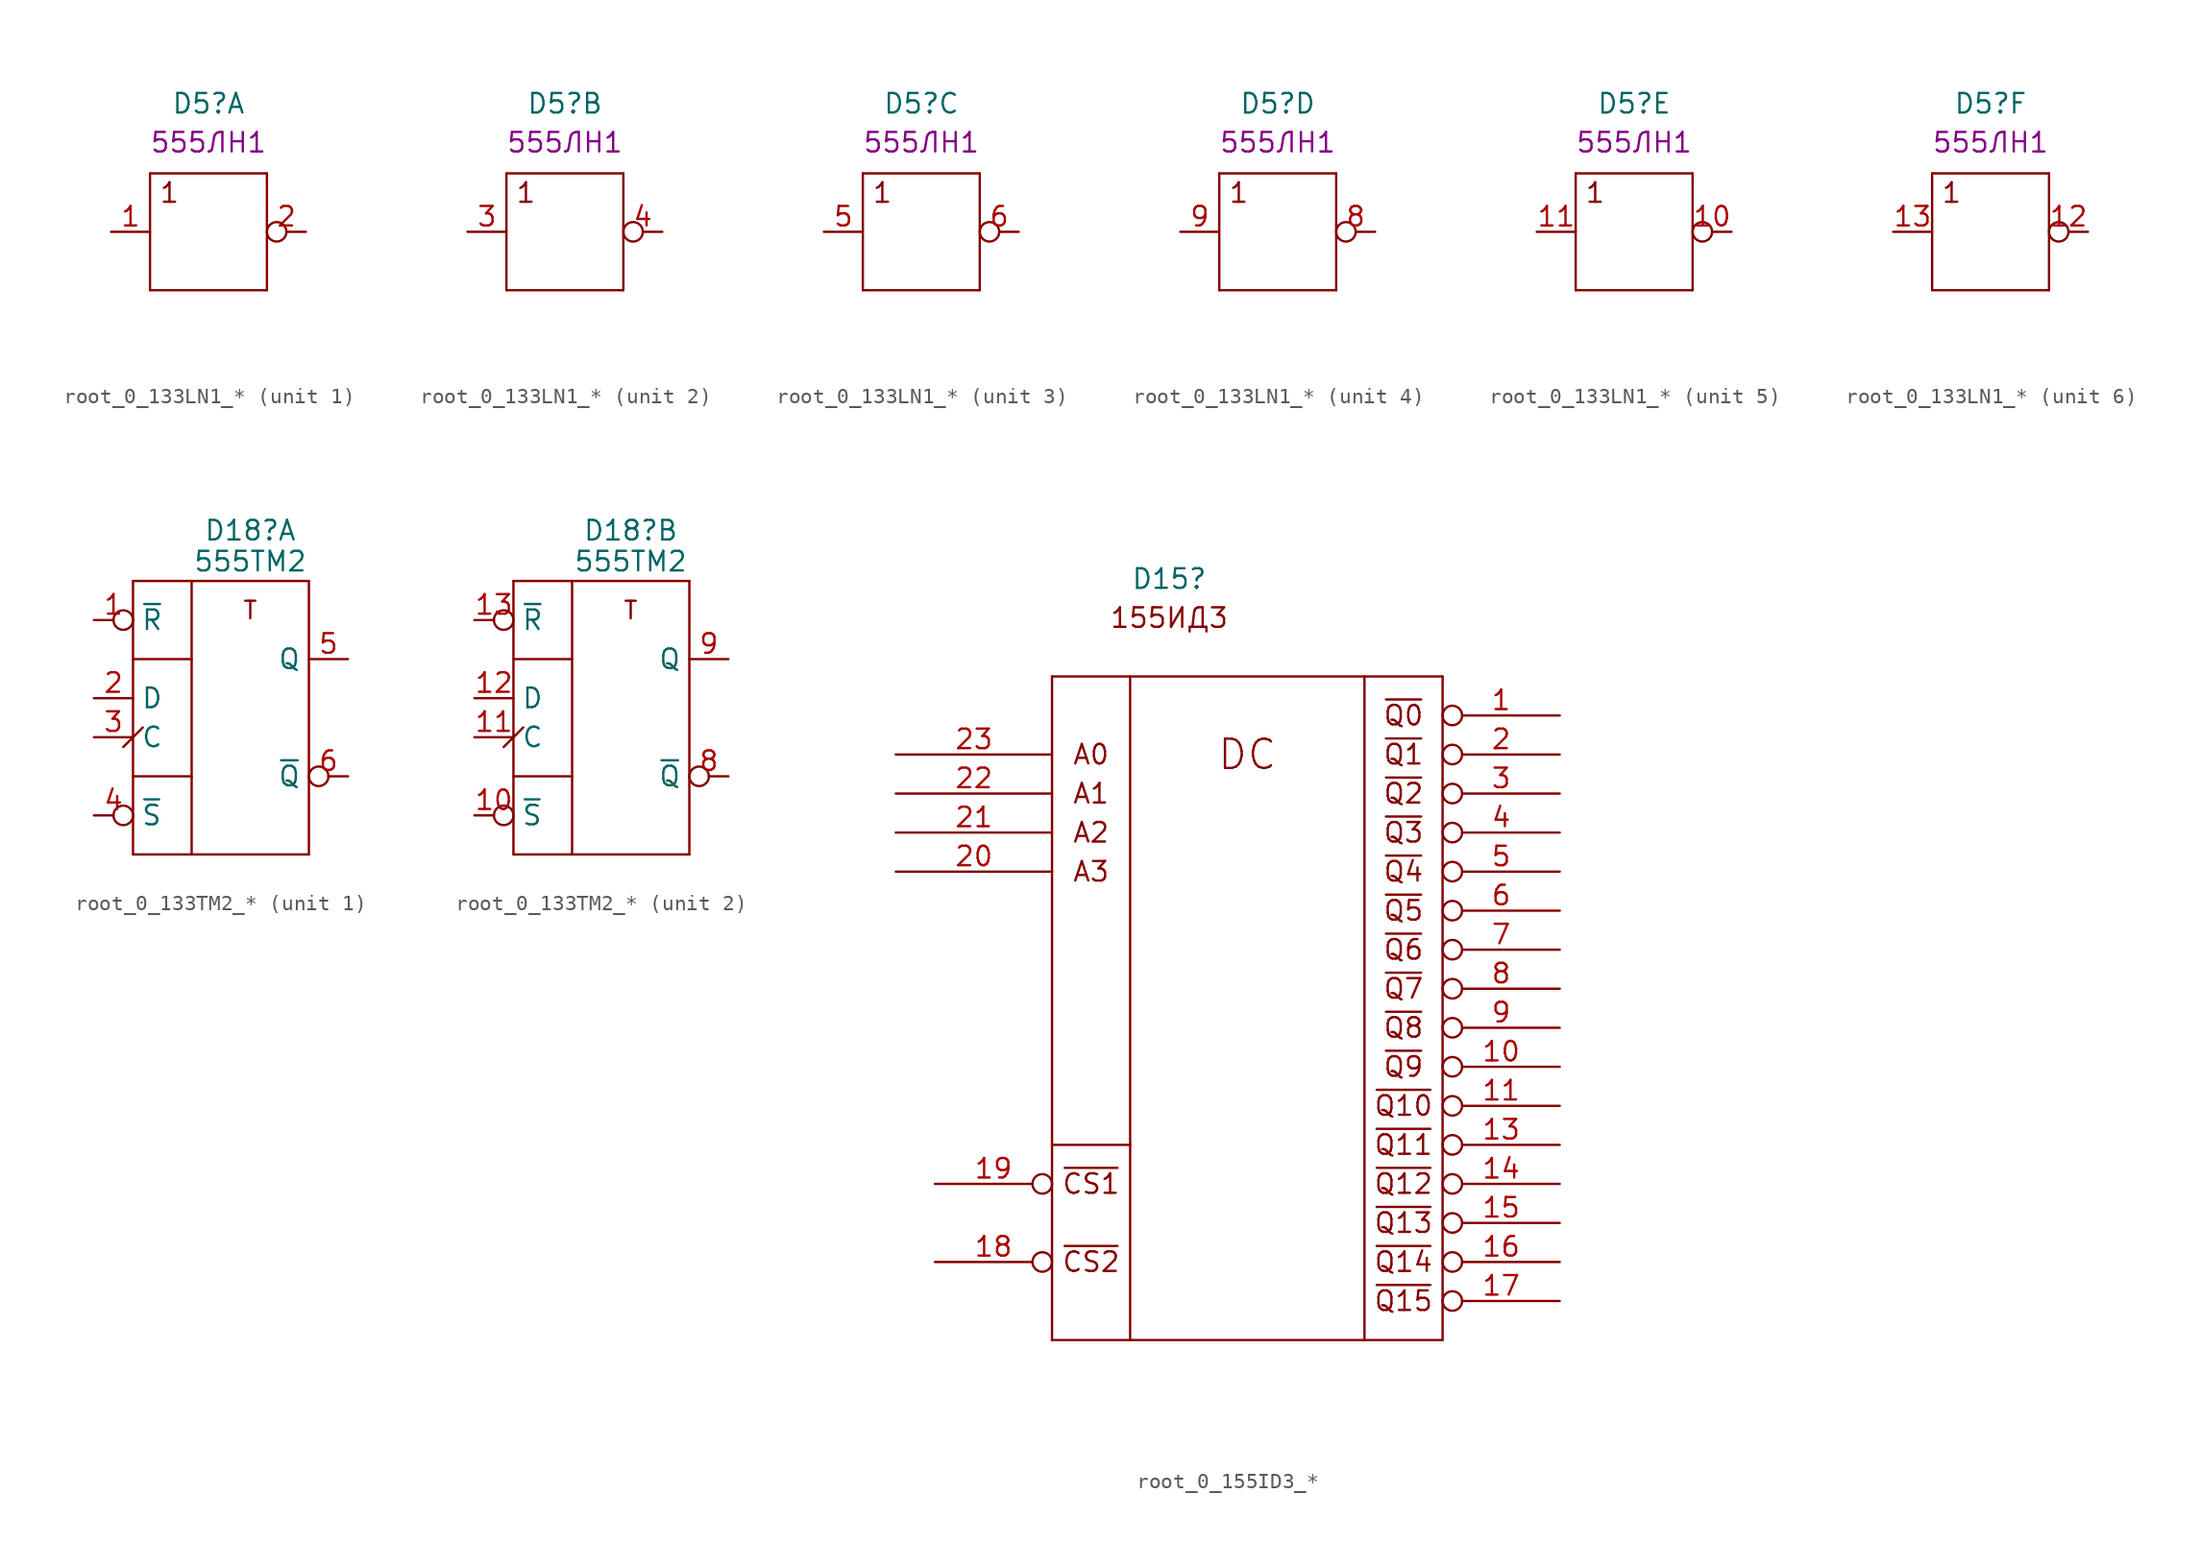
<source format=kicad_sym>
(kicad_symbol_lib
  (version 20241209)
  (generator "kicad_symbol_editor")
  (generator_version "9.0")
  (symbol "root_0_133LN1_*"
    (property "Reference" "D5"
      (at 6.35 7.62 0)
      (effects (font (size 1.27 1.27)) (justify bottom)))
    (property "ALTIUM_VALUE" "555ЛН1"
      (at 6.35 5.08 0)
      (effects (font (size 1.27 1.27)) (justify bottom)))
    (symbol "root_0_133LN1_*_0_0"
      (pin power_in line (at 10.16 -7.62 90) (length 7.62) (hide yes) (name "GND" (effects (font (size 1.27 1.27)))) (number "7" (effects (font (size 1.27 1.27)))))
      (pin power_in line (at 12.7 -7.62 90) (length 7.62) (hide yes) (name "VCC" (effects (font (size 1.27 1.27)))) (number "14" (effects (font (size 1.27 1.27))))))
    (symbol "root_0_133LN1_*_1_0"
      (polyline (pts (xy 2.54 3.81) (xy 10.16 3.81)) (stroke (width 0) (type solid)) (fill (type none)))
      (polyline (pts (xy 2.54 -3.81) (xy 2.54 3.81)) (stroke (width 0) (type solid)) (fill (type none)))
      (polyline (pts (xy 10.16 3.81) (xy 10.16 -3.81)) (stroke (width 0) (type solid)) (fill (type none)))
      (polyline (pts (xy 10.16 -3.81) (xy 2.54 -3.81)) (stroke (width 0) (type solid)) (fill (type none)))
      (text "1" (at 3.81 2.54 0) (effects (font (size 1.27 1.27))))
      (pin input line (at 0 0 0) (length 2.54) (name "A" (effects (font (size 0 0)))) (number "1" (effects (font (size 1.27 1.27)))))
      (pin output inverted (at 12.7 0 180) (length 2.54) (name "Y" (effects (font (size 0 0)))) (number "2" (effects (font (size 1.27 1.27))))))
    (symbol "root_0_133LN1_*_2_0"
      (polyline (pts (xy 2.54 3.81) (xy 10.16 3.81)) (stroke (width 0) (type solid)) (fill (type none)))
      (polyline (pts (xy 2.54 -3.81) (xy 2.54 3.81)) (stroke (width 0) (type solid)) (fill (type none)))
      (polyline (pts (xy 10.16 3.81) (xy 10.16 -3.81)) (stroke (width 0) (type solid)) (fill (type none)))
      (polyline (pts (xy 10.16 -3.81) (xy 2.54 -3.81)) (stroke (width 0) (type solid)) (fill (type none)))
      (text "1" (at 3.81 2.54 0) (effects (font (size 1.27 1.27))))
      (pin input line (at 0 0 0) (length 2.54) (name "A" (effects (font (size 0 0)))) (number "3" (effects (font (size 1.27 1.27)))))
      (pin output inverted (at 12.7 0 180) (length 2.54) (name "Y" (effects (font (size 0 0)))) (number "4" (effects (font (size 1.27 1.27))))))
    (symbol "root_0_133LN1_*_3_0"
      (polyline (pts (xy 2.54 3.81) (xy 10.16 3.81)) (stroke (width 0) (type solid)) (fill (type none)))
      (polyline (pts (xy 2.54 -3.81) (xy 2.54 3.81)) (stroke (width 0) (type solid)) (fill (type none)))
      (polyline (pts (xy 10.16 3.81) (xy 10.16 -3.81)) (stroke (width 0) (type solid)) (fill (type none)))
      (polyline (pts (xy 10.16 -3.81) (xy 2.54 -3.81)) (stroke (width 0) (type solid)) (fill (type none)))
      (text "1" (at 3.81 2.54 0) (effects (font (size 1.27 1.27))))
      (pin input line (at 0 0 0) (length 2.54) (name "A" (effects (font (size 0 0)))) (number "5" (effects (font (size 1.27 1.27)))))
      (pin output inverted (at 12.7 0 180) (length 2.54) (name "Y" (effects (font (size 0 0)))) (number "6" (effects (font (size 1.27 1.27))))))
    (symbol "root_0_133LN1_*_4_0"
      (polyline (pts (xy 2.54 3.81) (xy 10.16 3.81)) (stroke (width 0) (type solid)) (fill (type none)))
      (polyline (pts (xy 2.54 -3.81) (xy 2.54 3.81)) (stroke (width 0) (type solid)) (fill (type none)))
      (polyline (pts (xy 10.16 3.81) (xy 10.16 -3.81)) (stroke (width 0) (type solid)) (fill (type none)))
      (polyline (pts (xy 10.16 -3.81) (xy 2.54 -3.81)) (stroke (width 0) (type solid)) (fill (type none)))
      (text "1" (at 3.81 2.54 0) (effects (font (size 1.27 1.27))))
      (pin input line (at 0 0 0) (length 2.54) (name "A" (effects (font (size 0 0)))) (number "9" (effects (font (size 1.27 1.27)))))
      (pin output inverted (at 12.7 0 180) (length 2.54) (name "Y" (effects (font (size 0 0)))) (number "8" (effects (font (size 1.27 1.27))))))
    (symbol "root_0_133LN1_*_5_0"
      (polyline (pts (xy 2.54 3.81) (xy 10.16 3.81)) (stroke (width 0) (type solid)) (fill (type none)))
      (polyline (pts (xy 2.54 -3.81) (xy 2.54 3.81)) (stroke (width 0) (type solid)) (fill (type none)))
      (polyline (pts (xy 10.16 3.81) (xy 10.16 -3.81)) (stroke (width 0) (type solid)) (fill (type none)))
      (polyline (pts (xy 10.16 -3.81) (xy 2.54 -3.81)) (stroke (width 0) (type solid)) (fill (type none)))
      (text "1" (at 3.81 2.54 0) (effects (font (size 1.27 1.27))))
      (pin input line (at 0 0 0) (length 2.54) (name "A" (effects (font (size 0 0)))) (number "11" (effects (font (size 1.27 1.27)))))
      (pin output inverted (at 12.7 0 180) (length 2.54) (name "Y" (effects (font (size 0 0)))) (number "10" (effects (font (size 1.27 1.27))))))
    (symbol "root_0_133LN1_*_6_0"
      (polyline (pts (xy 2.54 3.81) (xy 10.16 3.81)) (stroke (width 0) (type solid)) (fill (type none)))
      (polyline (pts (xy 2.54 -3.81) (xy 2.54 3.81)) (stroke (width 0) (type solid)) (fill (type none)))
      (polyline (pts (xy 10.16 3.81) (xy 10.16 -3.81)) (stroke (width 0) (type solid)) (fill (type none)))
      (polyline (pts (xy 10.16 -3.81) (xy 2.54 -3.81)) (stroke (width 0) (type solid)) (fill (type none)))
      (text "1" (at 3.81 2.54 0) (effects (font (size 1.27 1.27))))
      (pin input line (at 0 0 0) (length 2.54) (name "A" (effects (font (size 0 0)))) (number "13" (effects (font (size 1.27 1.27)))))
      (pin output inverted (at 12.7 0 180) (length 2.54) (name "Y" (effects (font (size 0 0)))) (number "12" (effects (font (size 1.27 1.27)))))))
  (symbol "root_0_133TM2_*"
    (property "Reference" "D18"
      (at 10.16 5.08 0)
      (effects (font (size 1.27 1.27)) (justify bottom)))
    (property "Value" "555TM2"
      (at 10.16 3.81 0)
      (effects (font (size 1.27 1.27))))
    (symbol "root_0_133TM2_*_0_0"
      (pin power_in line (at 10.16 -7.62 90) (length 7.62) (hide yes) (name "GND" (effects (font (size 1.27 1.27)))) (number "7" (effects (font (size 1.27 1.27)))))
      (pin power_in line (at 12.7 -7.62 90) (length 7.62) (hide yes) (name "VCC" (effects (font (size 1.27 1.27)))) (number "14" (effects (font (size 1.27 1.27))))))
    (symbol "root_0_133TM2_*_1_0"
      (polyline (pts (xy 2.54 2.54) (xy 13.97 2.54)) (stroke (width 0) (type solid)) (fill (type none)))
      (polyline (pts (xy 2.54 -2.54) (xy 6.35 -2.54)) (stroke (width 0) (type solid)) (fill (type none)))
      (polyline (pts (xy 2.54 -10.16) (xy 6.35 -10.16)) (stroke (width 0) (type solid)) (fill (type none)))
      (polyline (pts (xy 2.54 -15.24) (xy 2.54 2.54)) (stroke (width 0) (type solid)) (fill (type none)))
      (polyline (pts (xy 2.54 -15.24) (xy 13.97 -15.24)) (stroke (width 0) (type solid)) (fill (type none)))
      (polyline (pts (xy 3.175 -6.985) (xy 1.905 -8.255)) (stroke (width 0) (type solid)) (fill (type none)))
      (polyline (pts (xy 6.35 -15.24) (xy 6.35 2.54)) (stroke (width 0) (type solid)) (fill (type none)))
      (polyline (pts (xy 13.97 2.54) (xy 13.97 -15.24)) (stroke (width 0) (type solid)) (fill (type none)))
      (text "T" (at 10.16 0.635 0) (effects (font (size 1.143 1.143))))
      (pin input inverted (at 0 0 0) (length 2.54) (name "~{R}" (effects (font (size 1.27 1.27)))) (number "1" (effects (font (size 1.27 1.27)))))
      (pin input line (at 0 -5.08 0) (length 2.54) (name "D" (effects (font (size 1.27 1.27)))) (number "2" (effects (font (size 1.27 1.27)))))
      (pin input line (at 0 -7.62 0) (length 2.54) (name "C" (effects (font (size 1.27 1.27)))) (number "3" (effects (font (size 1.27 1.27)))))
      (pin input inverted (at 0 -12.7 0) (length 2.54) (name "~{S}" (effects (font (size 1.27 1.27)))) (number "4" (effects (font (size 1.27 1.27)))))
      (pin output line (at 16.51 -2.54 180) (length 2.54) (name "Q" (effects (font (size 1.27 1.27)))) (number "5" (effects (font (size 1.27 1.27)))))
      (pin output inverted (at 16.51 -10.16 180) (length 2.54) (name "~{Q}" (effects (font (size 1.27 1.27)))) (number "6" (effects (font (size 1.27 1.27))))))
    (symbol "root_0_133TM2_*_2_0"
      (polyline (pts (xy 2.54 2.54) (xy 13.97 2.54)) (stroke (width 0) (type solid)) (fill (type none)))
      (polyline (pts (xy 2.54 -2.54) (xy 6.35 -2.54)) (stroke (width 0) (type solid)) (fill (type none)))
      (polyline (pts (xy 2.54 -10.16) (xy 6.35 -10.16)) (stroke (width 0) (type solid)) (fill (type none)))
      (polyline (pts (xy 2.54 -15.24) (xy 2.54 2.54)) (stroke (width 0) (type solid)) (fill (type none)))
      (polyline (pts (xy 2.54 -15.24) (xy 13.97 -15.24)) (stroke (width 0) (type solid)) (fill (type none)))
      (polyline (pts (xy 3.175 -6.985) (xy 1.905 -8.255)) (stroke (width 0) (type solid)) (fill (type none)))
      (polyline (pts (xy 6.35 -15.24) (xy 6.35 2.54)) (stroke (width 0) (type solid)) (fill (type none)))
      (polyline (pts (xy 13.97 2.54) (xy 13.97 -15.24)) (stroke (width 0) (type solid)) (fill (type none)))
      (text "T" (at 10.16 0.635 0) (effects (font (size 1.143 1.143))))
      (pin input inverted (at 0 0 0) (length 2.54) (name "~{R}" (effects (font (size 1.27 1.27)))) (number "13" (effects (font (size 1.27 1.27)))))
      (pin input line (at 0 -5.08 0) (length 2.54) (name "D" (effects (font (size 1.27 1.27)))) (number "12" (effects (font (size 1.27 1.27)))))
      (pin input line (at 0 -7.62 0) (length 2.54) (name "C" (effects (font (size 1.27 1.27)))) (number "11" (effects (font (size 1.27 1.27)))))
      (pin input inverted (at 0 -12.7 0) (length 2.54) (name "~{S}" (effects (font (size 1.27 1.27)))) (number "10" (effects (font (size 1.27 1.27)))))
      (pin output line (at 16.51 -2.54 180) (length 2.54) (name "Q" (effects (font (size 1.27 1.27)))) (number "9" (effects (font (size 1.27 1.27)))))
      (pin output inverted (at 16.51 -10.16 180) (length 2.54) (name "~{Q}" (effects (font (size 1.27 1.27)))) (number "8" (effects (font (size 1.27 1.27)))))))
  (symbol "root_0_155ID3_*"
    (pin_names
      (hide yes))
    (property "Reference" "D15"
      (at 15.24 41.91 0)
      (effects (font (size 1.27 1.27))))
    (symbol "root_0_155ID3_*_1_0"
      (polyline (pts (xy 7.62 35.56) (xy 7.62 -7.62)) (stroke (width 0) (type solid)) (fill (type none)))
      (polyline (pts (xy 7.62 5.08) (xy 12.7 5.08)) (stroke (width 0) (type solid)) (fill (type none)))
      (polyline (pts (xy 7.62 -7.62) (xy 33.02 -7.62)) (stroke (width 0) (type solid)) (fill (type none)))
      (polyline (pts (xy 12.7 35.56) (xy 12.7 -7.62)) (stroke (width 0) (type solid)) (fill (type none)))
      (polyline (pts (xy 27.94 35.56) (xy 27.94 -7.62)) (stroke (width 0) (type solid)) (fill (type none)))
      (polyline (pts (xy 33.02 35.56) (xy 7.62 35.56)) (stroke (width 0) (type solid)) (fill (type none)))
      (polyline (pts (xy 33.02 -7.62) (xy 33.02 35.56)) (stroke (width 0) (type solid)) (fill (type none)))
      (text "A0" (at 10.16 30.48 0) (effects (font (size 1.27 1.27))))
      (text "A1" (at 10.16 27.94 0) (effects (font (size 1.27 1.27))))
      (text "A2" (at 10.16 25.4 0) (effects (font (size 1.27 1.27))))
      (text "A3" (at 10.16 22.86 0) (effects (font (size 1.27 1.27))))
      (text "~{CS1}" (at 10.16 2.54 0) (effects (font (size 1.27 1.27))))
      (text "~{CS2}" (at 10.16 -2.54 0) (effects (font (size 1.27 1.27))))
      (text "155ИД3" (at 15.24 39.37 0) (effects (font (size 1.27 1.27))))
      (text "DC" (at 20.32 30.48 0) (effects (font (size 1.905 1.905))))
      (text "~{Q0}" (at 30.48 33.02 0) (effects (font (size 1.27 1.27))))
      (text "~{Q1}" (at 30.48 30.48 0) (effects (font (size 1.27 1.27))))
      (text "~{Q2}" (at 30.48 27.94 0) (effects (font (size 1.27 1.27))))
      (text "~{Q3}" (at 30.48 25.4 0) (effects (font (size 1.27 1.27))))
      (text "~{Q4}" (at 30.48 22.86 0) (effects (font (size 1.27 1.27))))
      (text "~{Q5}" (at 30.48 20.32 0) (effects (font (size 1.27 1.27))))
      (text "~{Q6}" (at 30.48 17.78 0) (effects (font (size 1.27 1.27))))
      (text "~{Q7}" (at 30.48 15.24 0) (effects (font (size 1.27 1.27))))
      (text "~{Q8}" (at 30.48 12.7 0) (effects (font (size 1.27 1.27))))
      (text "~{Q9}" (at 30.48 10.16 0) (effects (font (size 1.27 1.27))))
      (text "~{Q11}" (at 30.48 5.08 0) (effects (font (size 1.27 1.27))))
      (text "~{Q12}" (at 30.48 2.54 0) (effects (font (size 1.27 1.27))))
      (text "~{Q13}" (at 30.48 0 0) (effects (font (size 1.27 1.27))))
      (text "~{Q14}" (at 30.48 -2.54 0) (effects (font (size 1.27 1.27))))
      (text "~{Q15}" (at 30.48 -5.08 0) (effects (font (size 1.27 1.27))))
      (pin input line (at -2.54 30.48 0) (length 10.16) (name "1" (effects (font (size 1.27 1.27)))) (number "23" (effects (font (size 1.27 1.27)))))
      (pin input line (at -2.54 27.94 0) (length 10.16) (name "2" (effects (font (size 1.27 1.27)))) (number "22" (effects (font (size 1.27 1.27)))))
      (pin input line (at -2.54 25.4 0) (length 10.16) (name "4" (effects (font (size 1.27 1.27)))) (number "21" (effects (font (size 1.27 1.27)))))
      (pin input line (at -2.54 22.86 0) (length 10.16) (name "8" (effects (font (size 1.27 1.27)))) (number "20" (effects (font (size 1.27 1.27)))))
      (pin input inverted (at 0 2.54 0) (length 7.62) (name "&C" (effects (font (size 1.27 1.27)))) (number "19" (effects (font (size 1.27 1.27)))))
      (pin input inverted (at 0 -2.54 0) (length 7.62) (name "C" (effects (font (size 1.27 1.27)))) (number "18" (effects (font (size 1.27 1.27)))))
      (pin output inverted (at 40.64 33.02 180) (length 7.62) (name "0" (effects (font (size 1.27 1.27)))) (number "1" (effects (font (size 1.27 1.27)))))
      (pin output inverted (at 40.64 30.48 180) (length 7.62) (name "1" (effects (font (size 1.27 1.27)))) (number "2" (effects (font (size 1.27 1.27)))))
      (pin output inverted (at 40.64 27.94 180) (length 7.62) (name "2" (effects (font (size 1.27 1.27)))) (number "3" (effects (font (size 1.27 1.27)))))
      (pin output inverted (at 40.64 25.4 180) (length 7.62) (name "3" (effects (font (size 1.27 1.27)))) (number "4" (effects (font (size 1.27 1.27)))))
      (pin output inverted (at 40.64 22.86 180) (length 7.62) (name "4" (effects (font (size 1.27 1.27)))) (number "5" (effects (font (size 1.27 1.27)))))
      (pin output inverted (at 40.64 20.32 180) (length 7.62) (name "5" (effects (font (size 1.27 1.27)))) (number "6" (effects (font (size 1.27 1.27)))))
      (pin output inverted (at 40.64 17.78 180) (length 7.62) (name "6" (effects (font (size 1.27 1.27)))) (number "7" (effects (font (size 1.27 1.27)))))
      (pin output inverted (at 40.64 15.24 180) (length 7.62) (name "7" (effects (font (size 1.27 1.27)))) (number "8" (effects (font (size 1.27 1.27)))))
      (pin output inverted (at 40.64 12.7 180) (length 7.62) (name "8" (effects (font (size 1.27 1.27)))) (number "9" (effects (font (size 1.27 1.27)))))
      (pin output inverted (at 40.64 10.16 180) (length 7.62) (name "9" (effects (font (size 1.27 1.27)))) (number "10" (effects (font (size 1.27 1.27)))))
      (pin output inverted (at 40.64 7.62 180) (length 7.62) (name "10" (effects (font (size 1.27 1.27)))) (number "11" (effects (font (size 1.27 1.27)))))
      (pin output inverted (at 40.64 5.08 180) (length 7.62) (name "11" (effects (font (size 1.27 1.27)))) (number "13" (effects (font (size 1.27 1.27)))))
      (pin output inverted (at 40.64 2.54 180) (length 7.62) (name "12" (effects (font (size 1.27 1.27)))) (number "14" (effects (font (size 1.27 1.27)))))
      (pin output inverted (at 40.64 0 180) (length 7.62) (name "13" (effects (font (size 1.27 1.27)))) (number "15" (effects (font (size 1.27 1.27)))))
      (pin output inverted (at 40.64 -2.54 180) (length 7.62) (name "14" (effects (font (size 1.27 1.27)))) (number "16" (effects (font (size 1.27 1.27)))))
      (pin output inverted (at 40.64 -5.08 180) (length 7.62) (name "15" (effects (font (size 1.27 1.27)))) (number "17" (effects (font (size 1.27 1.27))))))
    (symbol "root_0_155ID3_*_1_1"
      (text "~{Q10}" (at 30.48 7.62 0) (effects (font (size 1.27 1.27))))
      (pin power_in line (at 20.32 38.1 270) (length 2.54) (hide yes) (name "VCC" (effects (font (size 1.27 1.27)))) (number "24" (effects (font (size 1.27 1.27)))))
      (pin power_in line (at 20.32 -10.16 90) (length 2.54) (hide yes) (name "GND" (effects (font (size 1.27 1.27)))) (number "12" (effects (font (size 1.27 1.27))))))))
</source>
